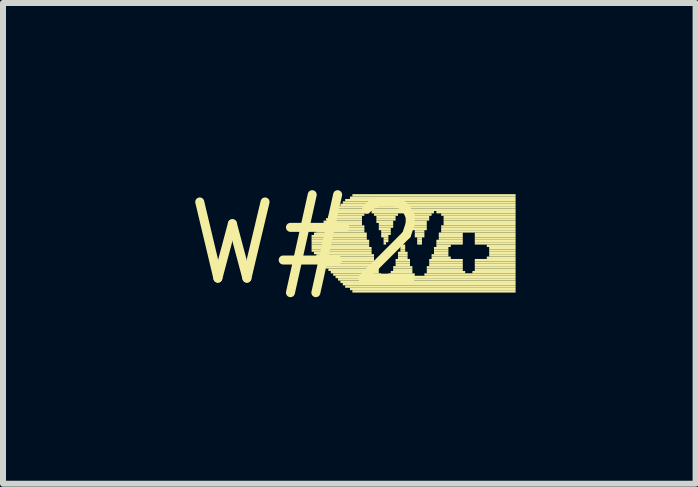
<source format=kicad_pcb>
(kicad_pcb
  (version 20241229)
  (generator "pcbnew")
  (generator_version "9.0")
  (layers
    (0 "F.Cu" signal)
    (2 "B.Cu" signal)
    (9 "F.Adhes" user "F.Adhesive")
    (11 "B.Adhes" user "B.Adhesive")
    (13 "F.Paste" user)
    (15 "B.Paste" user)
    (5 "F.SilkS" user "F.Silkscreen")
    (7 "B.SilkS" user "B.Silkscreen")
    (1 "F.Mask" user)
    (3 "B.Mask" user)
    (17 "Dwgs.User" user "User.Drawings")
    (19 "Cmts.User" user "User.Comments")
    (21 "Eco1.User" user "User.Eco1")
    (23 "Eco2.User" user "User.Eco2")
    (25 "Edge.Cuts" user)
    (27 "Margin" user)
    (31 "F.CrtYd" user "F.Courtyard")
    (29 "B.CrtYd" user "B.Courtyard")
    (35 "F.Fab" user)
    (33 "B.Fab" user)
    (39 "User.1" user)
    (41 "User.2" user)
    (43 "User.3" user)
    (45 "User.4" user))
  (footprint "W#2"
    (layer "F.Cu")
    (at 2.063 1.006)
    (property "Reference" "W#2" (at 0 0 0) (layer "F.SilkS") (effects (font (size 1.27 1.27) (thickness 0.15))))
    (attr through_hole)
    (fp_poly (pts (xy 0.08 -0.1) (xy 1 -0.1) (xy 1 -0.14) (xy 0.08 -0.14)) (stroke (width 0) (type solid)) (fill yes) (layer "F.SilkS"))
    (fp_poly (pts (xy 0.08 -0.06) (xy 1 -0.06) (xy 1 -0.1) (xy 0.08 -0.1)) (stroke (width 0) (type solid)) (fill yes) (layer "F.SilkS"))
    (fp_poly (pts (xy 0.08 -0.02) (xy 1.04 -0.02) (xy 1.04 -0.06) (xy 0.08 -0.06)) (stroke (width 0) (type solid)) (fill yes) (layer "F.SilkS"))
    (fp_poly (pts (xy 0.08 0.02) (xy 1.04 0.02) (xy 1.04 -0.02) (xy 0.08 -0.02)) (stroke (width 0) (type solid)) (fill yes) (layer "F.SilkS"))
    (fp_poly (pts (xy 0.08 0.06) (xy 1.04 0.06) (xy 1.04 0.02) (xy 0.08 0.02)) (stroke (width 0) (type solid)) (fill yes) (layer "F.SilkS"))
    (fp_poly (pts (xy 0.08 0.1) (xy 1.08 0.1) (xy 1.08 0.06) (xy 0.08 0.06)) (stroke (width 0) (type solid)) (fill yes) (layer "F.SilkS"))
    (fp_poly (pts (xy 0.08 0.14) (xy 1.08 0.14) (xy 1.08 0.1) (xy 0.08 0.1)) (stroke (width 0) (type solid)) (fill yes) (layer "F.SilkS"))
    (fp_poly (pts (xy 0.12 -0.14) (xy 1 -0.14) (xy 1 -0.18) (xy 0.12 -0.18)) (stroke (width 0) (type solid)) (fill yes) (layer "F.SilkS"))
    (fp_poly (pts (xy 0.12 0.18) (xy 1.08 0.18) (xy 1.08 0.14) (xy 0.12 0.14)) (stroke (width 0) (type solid)) (fill yes) (layer "F.SilkS"))
    (fp_poly (pts (xy 0.16 -0.22) (xy 0.96 -0.22) (xy 0.96 -0.26) (xy 0.16 -0.26)) (stroke (width 0) (type solid)) (fill yes) (layer "F.SilkS"))
    (fp_poly (pts (xy 0.16 -0.18) (xy 0.96 -0.18) (xy 0.96 -0.22) (xy 0.16 -0.22)) (stroke (width 0) (type solid)) (fill yes) (layer "F.SilkS"))
    (fp_poly (pts (xy 0.16 0.22) (xy 1.12 0.22) (xy 1.12 0.18) (xy 0.16 0.18)) (stroke (width 0) (type solid)) (fill yes) (layer "F.SilkS"))
    (fp_poly (pts (xy 0.16 0.26) (xy 1.12 0.26) (xy 1.12 0.22) (xy 0.16 0.22)) (stroke (width 0) (type solid)) (fill yes) (layer "F.SilkS"))
    (fp_poly (pts (xy 0.2 -0.26) (xy 0.96 -0.26) (xy 0.96 -0.3) (xy 0.2 -0.3)) (stroke (width 0) (type solid)) (fill yes) (layer "F.SilkS"))
    (fp_poly (pts (xy 0.2 0.3) (xy 1.12 0.3) (xy 1.12 0.26) (xy 0.2 0.26)) (stroke (width 0) (type solid)) (fill yes) (layer "F.SilkS"))
    (fp_poly (pts (xy 0.24 -0.3) (xy 0.92 -0.3) (xy 0.92 -0.34) (xy 0.24 -0.34)) (stroke (width 0) (type solid)) (fill yes) (layer "F.SilkS"))
    (fp_poly (pts (xy 0.24 0.34) (xy 1.16 0.34) (xy 1.16 0.3) (xy 0.24 0.3)) (stroke (width 0) (type solid)) (fill yes) (layer "F.SilkS"))
    (fp_poly (pts (xy 0.28 -0.34) (xy 0.92 -0.34) (xy 0.92 -0.38) (xy 0.28 -0.38)) (stroke (width 0) (type solid)) (fill yes) (layer "F.SilkS"))
    (fp_poly (pts (xy 0.28 0.38) (xy 1.16 0.38) (xy 1.16 0.34) (xy 0.28 0.34)) (stroke (width 0) (type solid)) (fill yes) (layer "F.SilkS"))
    (fp_poly (pts (xy 0.32 -0.38) (xy 0.92 -0.38) (xy 0.92 -0.42) (xy 0.32 -0.42)) (stroke (width 0) (type solid)) (fill yes) (layer "F.SilkS"))
    (fp_poly (pts (xy 0.32 0.42) (xy 1.2 0.42) (xy 1.2 0.38) (xy 0.32 0.38)) (stroke (width 0) (type solid)) (fill yes) (layer "F.SilkS"))
    (fp_poly (pts (xy 0.36 -0.42) (xy 0.92 -0.42) (xy 0.92 -0.46) (xy 0.36 -0.46)) (stroke (width 0) (type solid)) (fill yes) (layer "F.SilkS"))
    (fp_poly (pts (xy 0.36 0.46) (xy 1.2 0.46) (xy 1.2 0.42) (xy 0.36 0.42)) (stroke (width 0) (type solid)) (fill yes) (layer "F.SilkS"))
    (fp_poly (pts (xy 0.4 -0.46) (xy 0.96 -0.46) (xy 0.96 -0.5) (xy 0.4 -0.5)) (stroke (width 0) (type solid)) (fill yes) (layer "F.SilkS"))
    (fp_poly (pts (xy 0.4 0.5) (xy 1.2 0.5) (xy 1.2 0.46) (xy 0.4 0.46)) (stroke (width 0) (type solid)) (fill yes) (layer "F.SilkS"))
    (fp_poly (pts (xy 0.44 -0.5) (xy 1.04 -0.5) (xy 1.04 -0.54) (xy 0.44 -0.54)) (stroke (width 0) (type solid)) (fill yes) (layer "F.SilkS"))
    (fp_poly (pts (xy 0.44 0.54) (xy 1.24 0.54) (xy 1.24 0.5) (xy 0.44 0.5)) (stroke (width 0) (type solid)) (fill yes) (layer "F.SilkS"))
    (fp_poly (pts (xy 0.48 -0.54) (xy 3.48 -0.54) (xy 3.48 -0.58) (xy 0.48 -0.58)) (stroke (width 0) (type solid)) (fill yes) (layer "F.SilkS"))
    (fp_poly (pts (xy 0.48 0.58) (xy 3.48 0.58) (xy 3.48 0.54) (xy 0.48 0.54)) (stroke (width 0) (type solid)) (fill yes) (layer "F.SilkS"))
    (fp_poly (pts (xy 0.52 -0.58) (xy 3.48 -0.58) (xy 3.48 -0.62) (xy 0.52 -0.62)) (stroke (width 0) (type solid)) (fill yes) (layer "F.SilkS"))
    (fp_poly (pts (xy 0.52 0.62) (xy 3.48 0.62) (xy 3.48 0.58) (xy 0.52 0.58)) (stroke (width 0) (type solid)) (fill yes) (layer "F.SilkS"))
    (fp_poly (pts (xy 0.56 -0.62) (xy 3.48 -0.62) (xy 3.48 -0.66) (xy 0.56 -0.66)) (stroke (width 0) (type solid)) (fill yes) (layer "F.SilkS"))
    (fp_poly (pts (xy 0.56 0.66) (xy 3.48 0.66) (xy 3.48 0.62) (xy 0.56 0.62)) (stroke (width 0) (type solid)) (fill yes) (layer "F.SilkS"))
    (fp_poly (pts (xy 0.6 -0.66) (xy 3.48 -0.66) (xy 3.48 -0.7) (xy 0.6 -0.7)) (stroke (width 0) (type solid)) (fill yes) (layer "F.SilkS"))
    (fp_poly (pts (xy 0.6 0.7) (xy 3.48 0.7) (xy 3.48 0.66) (xy 0.6 0.66)) (stroke (width 0) (type solid)) (fill yes) (layer "F.SilkS"))
    (fp_poly (pts (xy 0.64 -0.7) (xy 3.48 -0.7) (xy 3.48 -0.74) (xy 0.64 -0.74)) (stroke (width 0) (type solid)) (fill yes) (layer "F.SilkS"))
    (fp_poly (pts (xy 0.64 0.74) (xy 3.48 0.74) (xy 3.48 0.7) (xy 0.64 0.7)) (stroke (width 0) (type solid)) (fill yes) (layer "F.SilkS"))
    (fp_poly (pts (xy 0.72 -0.74) (xy 3.48 -0.74) (xy 3.48 -0.78) (xy 0.72 -0.78)) (stroke (width 0) (type solid)) (fill yes) (layer "F.SilkS"))
    (fp_poly (pts (xy 0.72 0.78) (xy 3.48 0.78) (xy 3.48 0.74) (xy 0.72 0.74)) (stroke (width 0) (type solid)) (fill yes) (layer "F.SilkS"))
    (fp_poly (pts (xy 0.76 -0.78) (xy 3.48 -0.78) (xy 3.48 -0.82) (xy 0.76 -0.82)) (stroke (width 0) (type solid)) (fill yes) (layer "F.SilkS"))
    (fp_poly (pts (xy 0.76 0.82) (xy 3.48 0.82) (xy 3.48 0.78) (xy 0.76 0.78)) (stroke (width 0) (type solid)) (fill yes) (layer "F.SilkS"))
    (fp_poly (pts (xy 1.08 -0.5) (xy 2.12 -0.5) (xy 2.12 -0.54) (xy 1.08 -0.54)) (stroke (width 0) (type solid)) (fill yes) (layer "F.SilkS"))
    (fp_poly (pts (xy 1.12 -0.46) (xy 1.52 -0.46) (xy 1.52 -0.5) (xy 1.12 -0.5)) (stroke (width 0) (type solid)) (fill yes) (layer "F.SilkS"))
    (fp_poly (pts (xy 1.16 -0.42) (xy 1.48 -0.42) (xy 1.48 -0.46) (xy 1.16 -0.46)) (stroke (width 0) (type solid)) (fill yes) (layer "F.SilkS"))
    (fp_poly (pts (xy 1.16 -0.38) (xy 1.48 -0.38) (xy 1.48 -0.42) (xy 1.16 -0.42)) (stroke (width 0) (type solid)) (fill yes) (layer "F.SilkS"))
    (fp_poly (pts (xy 1.16 -0.34) (xy 1.44 -0.34) (xy 1.44 -0.38) (xy 1.16 -0.38)) (stroke (width 0) (type solid)) (fill yes) (layer "F.SilkS"))
    (fp_poly (pts (xy 1.2 -0.3) (xy 1.44 -0.3) (xy 1.44 -0.34) (xy 1.2 -0.34)) (stroke (width 0) (type solid)) (fill yes) (layer "F.SilkS"))
    (fp_poly (pts (xy 1.2 -0.26) (xy 1.44 -0.26) (xy 1.44 -0.3) (xy 1.2 -0.3)) (stroke (width 0) (type solid)) (fill yes) (layer "F.SilkS"))
    (fp_poly (pts (xy 1.2 -0.22) (xy 1.4 -0.22) (xy 1.4 -0.26) (xy 1.2 -0.26)) (stroke (width 0) (type solid)) (fill yes) (layer "F.SilkS"))
    (fp_poly (pts (xy 1.24 -0.18) (xy 1.4 -0.18) (xy 1.4 -0.22) (xy 1.24 -0.22)) (stroke (width 0) (type solid)) (fill yes) (layer "F.SilkS"))
    (fp_poly (pts (xy 1.24 -0.14) (xy 1.4 -0.14) (xy 1.4 -0.18) (xy 1.24 -0.18)) (stroke (width 0) (type solid)) (fill yes) (layer "F.SilkS"))
    (fp_poly (pts (xy 1.24 -0.1) (xy 1.36 -0.1) (xy 1.36 -0.14) (xy 1.24 -0.14)) (stroke (width 0) (type solid)) (fill yes) (layer "F.SilkS"))
    (fp_poly (pts (xy 1.28 -0.06) (xy 1.36 -0.06) (xy 1.36 -0.1) (xy 1.28 -0.1)) (stroke (width 0) (type solid)) (fill yes) (layer "F.SilkS"))
    (fp_poly (pts (xy 1.28 -0.02) (xy 1.36 -0.02) (xy 1.36 -0.06) (xy 1.28 -0.06)) (stroke (width 0) (type solid)) (fill yes) (layer "F.SilkS"))
    (fp_poly (pts (xy 1.28 0.02) (xy 1.32 0.02) (xy 1.32 -0.02) (xy 1.28 -0.02)) (stroke (width 0) (type solid)) (fill yes) (layer "F.SilkS"))
    (fp_poly (pts (xy 1.36 0.54) (xy 1.8 0.54) (xy 1.8 0.5) (xy 1.36 0.5)) (stroke (width 0) (type solid)) (fill yes) (layer "F.SilkS"))
    (fp_poly (pts (xy 1.4 0.5) (xy 1.76 0.5) (xy 1.76 0.46) (xy 1.4 0.46)) (stroke (width 0) (type solid)) (fill yes) (layer "F.SilkS"))
    (fp_poly (pts (xy 1.44 0.42) (xy 1.76 0.42) (xy 1.76 0.38) (xy 1.44 0.38)) (stroke (width 0) (type solid)) (fill yes) (layer "F.SilkS"))
    (fp_poly (pts (xy 1.44 0.46) (xy 1.76 0.46) (xy 1.76 0.42) (xy 1.44 0.42)) (stroke (width 0) (type solid)) (fill yes) (layer "F.SilkS"))
    (fp_poly (pts (xy 1.48 0.3) (xy 1.72 0.3) (xy 1.72 0.26) (xy 1.48 0.26)) (stroke (width 0) (type solid)) (fill yes) (layer "F.SilkS"))
    (fp_poly (pts (xy 1.48 0.34) (xy 1.72 0.34) (xy 1.72 0.3) (xy 1.48 0.3)) (stroke (width 0) (type solid)) (fill yes) (layer "F.SilkS"))
    (fp_poly (pts (xy 1.48 0.38) (xy 1.72 0.38) (xy 1.72 0.34) (xy 1.48 0.34)) (stroke (width 0) (type solid)) (fill yes) (layer "F.SilkS"))
    (fp_poly (pts (xy 1.52 0.18) (xy 1.68 0.18) (xy 1.68 0.14) (xy 1.52 0.14)) (stroke (width 0) (type solid)) (fill yes) (layer "F.SilkS"))
    (fp_poly (pts (xy 1.52 0.22) (xy 1.68 0.22) (xy 1.68 0.18) (xy 1.52 0.18)) (stroke (width 0) (type solid)) (fill yes) (layer "F.SilkS"))
    (fp_poly (pts (xy 1.52 0.26) (xy 1.68 0.26) (xy 1.68 0.22) (xy 1.52 0.22)) (stroke (width 0) (type solid)) (fill yes) (layer "F.SilkS"))
    (fp_poly (pts (xy 1.56 0.06) (xy 1.64 0.06) (xy 1.64 0.02) (xy 1.56 0.02)) (stroke (width 0) (type solid)) (fill yes) (layer "F.SilkS"))
    (fp_poly (pts (xy 1.56 0.1) (xy 1.64 0.1) (xy 1.64 0.06) (xy 1.56 0.06)) (stroke (width 0) (type solid)) (fill yes) (layer "F.SilkS"))
    (fp_poly (pts (xy 1.56 0.14) (xy 1.64 0.14) (xy 1.64 0.1) (xy 1.56 0.1)) (stroke (width 0) (type solid)) (fill yes) (layer "F.SilkS"))
    (fp_poly (pts (xy 1.68 -0.46) (xy 2.08 -0.46) (xy 2.08 -0.5) (xy 1.68 -0.5)) (stroke (width 0) (type solid)) (fill yes) (layer "F.SilkS"))
    (fp_poly (pts (xy 1.72 -0.42) (xy 2.04 -0.42) (xy 2.04 -0.46) (xy 1.72 -0.46)) (stroke (width 0) (type solid)) (fill yes) (layer "F.SilkS"))
    (fp_poly (pts (xy 1.72 -0.38) (xy 2.04 -0.38) (xy 2.04 -0.42) (xy 1.72 -0.42)) (stroke (width 0) (type solid)) (fill yes) (layer "F.SilkS"))
    (fp_poly (pts (xy 1.72 -0.34) (xy 2 -0.34) (xy 2 -0.38) (xy 1.72 -0.38)) (stroke (width 0) (type solid)) (fill yes) (layer "F.SilkS"))
    (fp_poly (pts (xy 1.76 -0.3) (xy 2 -0.3) (xy 2 -0.34) (xy 1.76 -0.34)) (stroke (width 0) (type solid)) (fill yes) (layer "F.SilkS"))
    (fp_poly (pts (xy 1.76 -0.26) (xy 2 -0.26) (xy 2 -0.3) (xy 1.76 -0.3)) (stroke (width 0) (type solid)) (fill yes) (layer "F.SilkS"))
    (fp_poly (pts (xy 1.76 -0.22) (xy 2 -0.22) (xy 2 -0.26) (xy 1.76 -0.26)) (stroke (width 0) (type solid)) (fill yes) (layer "F.SilkS"))
    (fp_poly (pts (xy 1.8 -0.18) (xy 1.96 -0.18) (xy 1.96 -0.22) (xy 1.8 -0.22)) (stroke (width 0) (type solid)) (fill yes) (layer "F.SilkS"))
    (fp_poly (pts (xy 1.8 -0.14) (xy 1.96 -0.14) (xy 1.96 -0.18) (xy 1.8 -0.18)) (stroke (width 0) (type solid)) (fill yes) (layer "F.SilkS"))
    (fp_poly (pts (xy 1.8 -0.1) (xy 1.96 -0.1) (xy 1.96 -0.14) (xy 1.8 -0.14)) (stroke (width 0) (type solid)) (fill yes) (layer "F.SilkS"))
    (fp_poly (pts (xy 1.84 -0.06) (xy 1.92 -0.06) (xy 1.92 -0.1) (xy 1.84 -0.1)) (stroke (width 0) (type solid)) (fill yes) (layer "F.SilkS"))
    (fp_poly (pts (xy 1.84 -0.02) (xy 1.92 -0.02) (xy 1.92 -0.06) (xy 1.84 -0.06)) (stroke (width 0) (type solid)) (fill yes) (layer "F.SilkS"))
    (fp_poly (pts (xy 1.84 0.02) (xy 1.92 0.02) (xy 1.92 -0.02) (xy 1.84 -0.02)) (stroke (width 0) (type solid)) (fill yes) (layer "F.SilkS"))
    (fp_poly (pts (xy 1.96 0.54) (xy 3.48 0.54) (xy 3.48 0.5) (xy 1.96 0.5)) (stroke (width 0) (type solid)) (fill yes) (layer "F.SilkS"))
    (fp_poly (pts (xy 2 0.42) (xy 2.6 0.42) (xy 2.6 0.38) (xy 2 0.38)) (stroke (width 0) (type solid)) (fill yes) (layer "F.SilkS"))
    (fp_poly (pts (xy 2 0.46) (xy 2.6 0.46) (xy 2.6 0.42) (xy 2 0.42)) (stroke (width 0) (type solid)) (fill yes) (layer "F.SilkS"))
    (fp_poly (pts (xy 2 0.5) (xy 2.64 0.5) (xy 2.64 0.46) (xy 2 0.46)) (stroke (width 0) (type solid)) (fill yes) (layer "F.SilkS"))
    (fp_poly (pts (xy 2.04 0.3) (xy 2.6 0.3) (xy 2.6 0.26) (xy 2.04 0.26)) (stroke (width 0) (type solid)) (fill yes) (layer "F.SilkS"))
    (fp_poly (pts (xy 2.04 0.34) (xy 2.6 0.34) (xy 2.6 0.3) (xy 2.04 0.3)) (stroke (width 0) (type solid)) (fill yes) (layer "F.SilkS"))
    (fp_poly (pts (xy 2.04 0.38) (xy 2.6 0.38) (xy 2.6 0.34) (xy 2.04 0.34)) (stroke (width 0) (type solid)) (fill yes) (layer "F.SilkS"))
    (fp_poly (pts (xy 2.08 0.22) (xy 2.36 0.22) (xy 2.36 0.18) (xy 2.08 0.18)) (stroke (width 0) (type solid)) (fill yes) (layer "F.SilkS"))
    (fp_poly (pts (xy 2.08 0.26) (xy 2.4 0.26) (xy 2.4 0.22) (xy 2.08 0.22)) (stroke (width 0) (type solid)) (fill yes) (layer "F.SilkS"))
    (fp_poly (pts (xy 2.12 0.1) (xy 2.36 0.1) (xy 2.36 0.06) (xy 2.12 0.06)) (stroke (width 0) (type solid)) (fill yes) (layer "F.SilkS"))
    (fp_poly (pts (xy 2.12 0.14) (xy 2.36 0.14) (xy 2.36 0.1) (xy 2.12 0.1)) (stroke (width 0) (type solid)) (fill yes) (layer "F.SilkS"))
    (fp_poly (pts (xy 2.12 0.18) (xy 2.36 0.18) (xy 2.36 0.14) (xy 2.12 0.14)) (stroke (width 0) (type solid)) (fill yes) (layer "F.SilkS"))
    (fp_poly (pts (xy 2.16 -0.5) (xy 3.48 -0.5) (xy 3.48 -0.54) (xy 2.16 -0.54)) (stroke (width 0) (type solid)) (fill yes) (layer "F.SilkS"))
    (fp_poly (pts (xy 2.16 -0.02) (xy 2.6 -0.02) (xy 2.6 -0.06) (xy 2.16 -0.06)) (stroke (width 0) (type solid)) (fill yes) (layer "F.SilkS"))
    (fp_poly (pts (xy 2.16 0.02) (xy 2.6 0.02) (xy 2.6 -0.02) (xy 2.16 -0.02)) (stroke (width 0) (type solid)) (fill yes) (layer "F.SilkS"))
    (fp_poly (pts (xy 2.16 0.06) (xy 2.4 0.06) (xy 2.4 0.02) (xy 2.16 0.02)) (stroke (width 0) (type solid)) (fill yes) (layer "F.SilkS"))
    (fp_poly (pts (xy 2.2 -0.14) (xy 2.6 -0.14) (xy 2.6 -0.18) (xy 2.2 -0.18)) (stroke (width 0) (type solid)) (fill yes) (layer "F.SilkS"))
    (fp_poly (pts (xy 2.2 -0.1) (xy 2.6 -0.1) (xy 2.6 -0.14) (xy 2.2 -0.14)) (stroke (width 0) (type solid)) (fill yes) (layer "F.SilkS"))
    (fp_poly (pts (xy 2.2 -0.06) (xy 2.6 -0.06) (xy 2.6 -0.1) (xy 2.2 -0.1)) (stroke (width 0) (type solid)) (fill yes) (layer "F.SilkS"))
    (fp_poly (pts (xy 2.24 -0.46) (xy 3.48 -0.46) (xy 3.48 -0.5) (xy 2.24 -0.5)) (stroke (width 0) (type solid)) (fill yes) (layer "F.SilkS"))
    (fp_poly (pts (xy 2.24 -0.26) (xy 3.48 -0.26) (xy 3.48 -0.3) (xy 2.24 -0.3)) (stroke (width 0) (type solid)) (fill yes) (layer "F.SilkS"))
    (fp_poly (pts (xy 2.24 -0.22) (xy 3.48 -0.22) (xy 3.48 -0.26) (xy 2.24 -0.26)) (stroke (width 0) (type solid)) (fill yes) (layer "F.SilkS"))
    (fp_poly (pts (xy 2.24 -0.18) (xy 3.48 -0.18) (xy 3.48 -0.22) (xy 2.24 -0.22)) (stroke (width 0) (type solid)) (fill yes) (layer "F.SilkS"))
    (fp_poly (pts (xy 2.28 -0.42) (xy 3.48 -0.42) (xy 3.48 -0.46) (xy 2.28 -0.46)) (stroke (width 0) (type solid)) (fill yes) (layer "F.SilkS"))
    (fp_poly (pts (xy 2.28 -0.38) (xy 3.48 -0.38) (xy 3.48 -0.42) (xy 2.28 -0.42)) (stroke (width 0) (type solid)) (fill yes) (layer "F.SilkS"))
    (fp_poly (pts (xy 2.28 -0.34) (xy 3.48 -0.34) (xy 3.48 -0.38) (xy 2.28 -0.38)) (stroke (width 0) (type solid)) (fill yes) (layer "F.SilkS"))
    (fp_poly (pts (xy 2.28 -0.3) (xy 3.48 -0.3) (xy 3.48 -0.34) (xy 2.28 -0.34)) (stroke (width 0) (type solid)) (fill yes) (layer "F.SilkS"))
    (fp_poly (pts (xy 2.76 0.5) (xy 3.48 0.5) (xy 3.48 0.46) (xy 2.76 0.46)) (stroke (width 0) (type solid)) (fill yes) (layer "F.SilkS"))
    (fp_poly (pts (xy 2.8 -0.14) (xy 3.48 -0.14) (xy 3.48 -0.18) (xy 2.8 -0.18)) (stroke (width 0) (type solid)) (fill yes) (layer "F.SilkS"))
    (fp_poly (pts (xy 2.8 -0.1) (xy 3.48 -0.1) (xy 3.48 -0.14) (xy 2.8 -0.14)) (stroke (width 0) (type solid)) (fill yes) (layer "F.SilkS"))
    (fp_poly (pts (xy 2.8 -0.06) (xy 3.48 -0.06) (xy 3.48 -0.1) (xy 2.8 -0.1)) (stroke (width 0) (type solid)) (fill yes) (layer "F.SilkS"))
    (fp_poly (pts (xy 2.8 -0.02) (xy 3.48 -0.02) (xy 3.48 -0.06) (xy 2.8 -0.06)) (stroke (width 0) (type solid)) (fill yes) (layer "F.SilkS"))
    (fp_poly (pts (xy 2.8 0.02) (xy 3.48 0.02) (xy 3.48 -0.02) (xy 2.8 -0.02)) (stroke (width 0) (type solid)) (fill yes) (layer "F.SilkS"))
    (fp_poly (pts (xy 2.8 0.3) (xy 3.48 0.3) (xy 3.48 0.26) (xy 2.8 0.26)) (stroke (width 0) (type solid)) (fill yes) (layer "F.SilkS"))
    (fp_poly (pts (xy 2.8 0.34) (xy 3.48 0.34) (xy 3.48 0.3) (xy 2.8 0.3)) (stroke (width 0) (type solid)) (fill yes) (layer "F.SilkS"))
    (fp_poly (pts (xy 2.8 0.38) (xy 3.48 0.38) (xy 3.48 0.34) (xy 2.8 0.34)) (stroke (width 0) (type solid)) (fill yes) (layer "F.SilkS"))
    (fp_poly (pts (xy 2.8 0.42) (xy 3.48 0.42) (xy 3.48 0.38) (xy 2.8 0.38)) (stroke (width 0) (type solid)) (fill yes) (layer "F.SilkS"))
    (fp_poly (pts (xy 2.8 0.46) (xy 3.48 0.46) (xy 3.48 0.42) (xy 2.8 0.42)) (stroke (width 0) (type solid)) (fill yes) (layer "F.SilkS"))
    (fp_poly (pts (xy 3 0.06) (xy 3.48 0.06) (xy 3.48 0.02) (xy 3 0.02)) (stroke (width 0) (type solid)) (fill yes) (layer "F.SilkS"))
    (fp_poly (pts (xy 3 0.26) (xy 3.48 0.26) (xy 3.48 0.22) (xy 3 0.22)) (stroke (width 0) (type solid)) (fill yes) (layer "F.SilkS"))
    (fp_poly (pts (xy 3.04 0.1) (xy 3.48 0.1) (xy 3.48 0.06) (xy 3.04 0.06)) (stroke (width 0) (type solid)) (fill yes) (layer "F.SilkS"))
    (fp_poly (pts (xy 3.04 0.14) (xy 3.48 0.14) (xy 3.48 0.1) (xy 3.04 0.1)) (stroke (width 0) (type solid)) (fill yes) (layer "F.SilkS"))
    (fp_poly (pts (xy 3.04 0.18) (xy 3.48 0.18) (xy 3.48 0.14) (xy 3.04 0.14)) (stroke (width 0) (type solid)) (fill yes) (layer "F.SilkS"))
    (fp_poly (pts (xy 3.04 0.22) (xy 3.48 0.22) (xy 3.48 0.18) (xy 3.04 0.18)) (stroke (width 0) (type solid)) (fill yes) (layer "F.SilkS")))
  (gr_rect
    (start -3 -3)
    (end 8.543 5.012)
    (stroke (width 0.1) (type default))
    (fill no)
    (layer "Edge.Cuts")))
</source>
